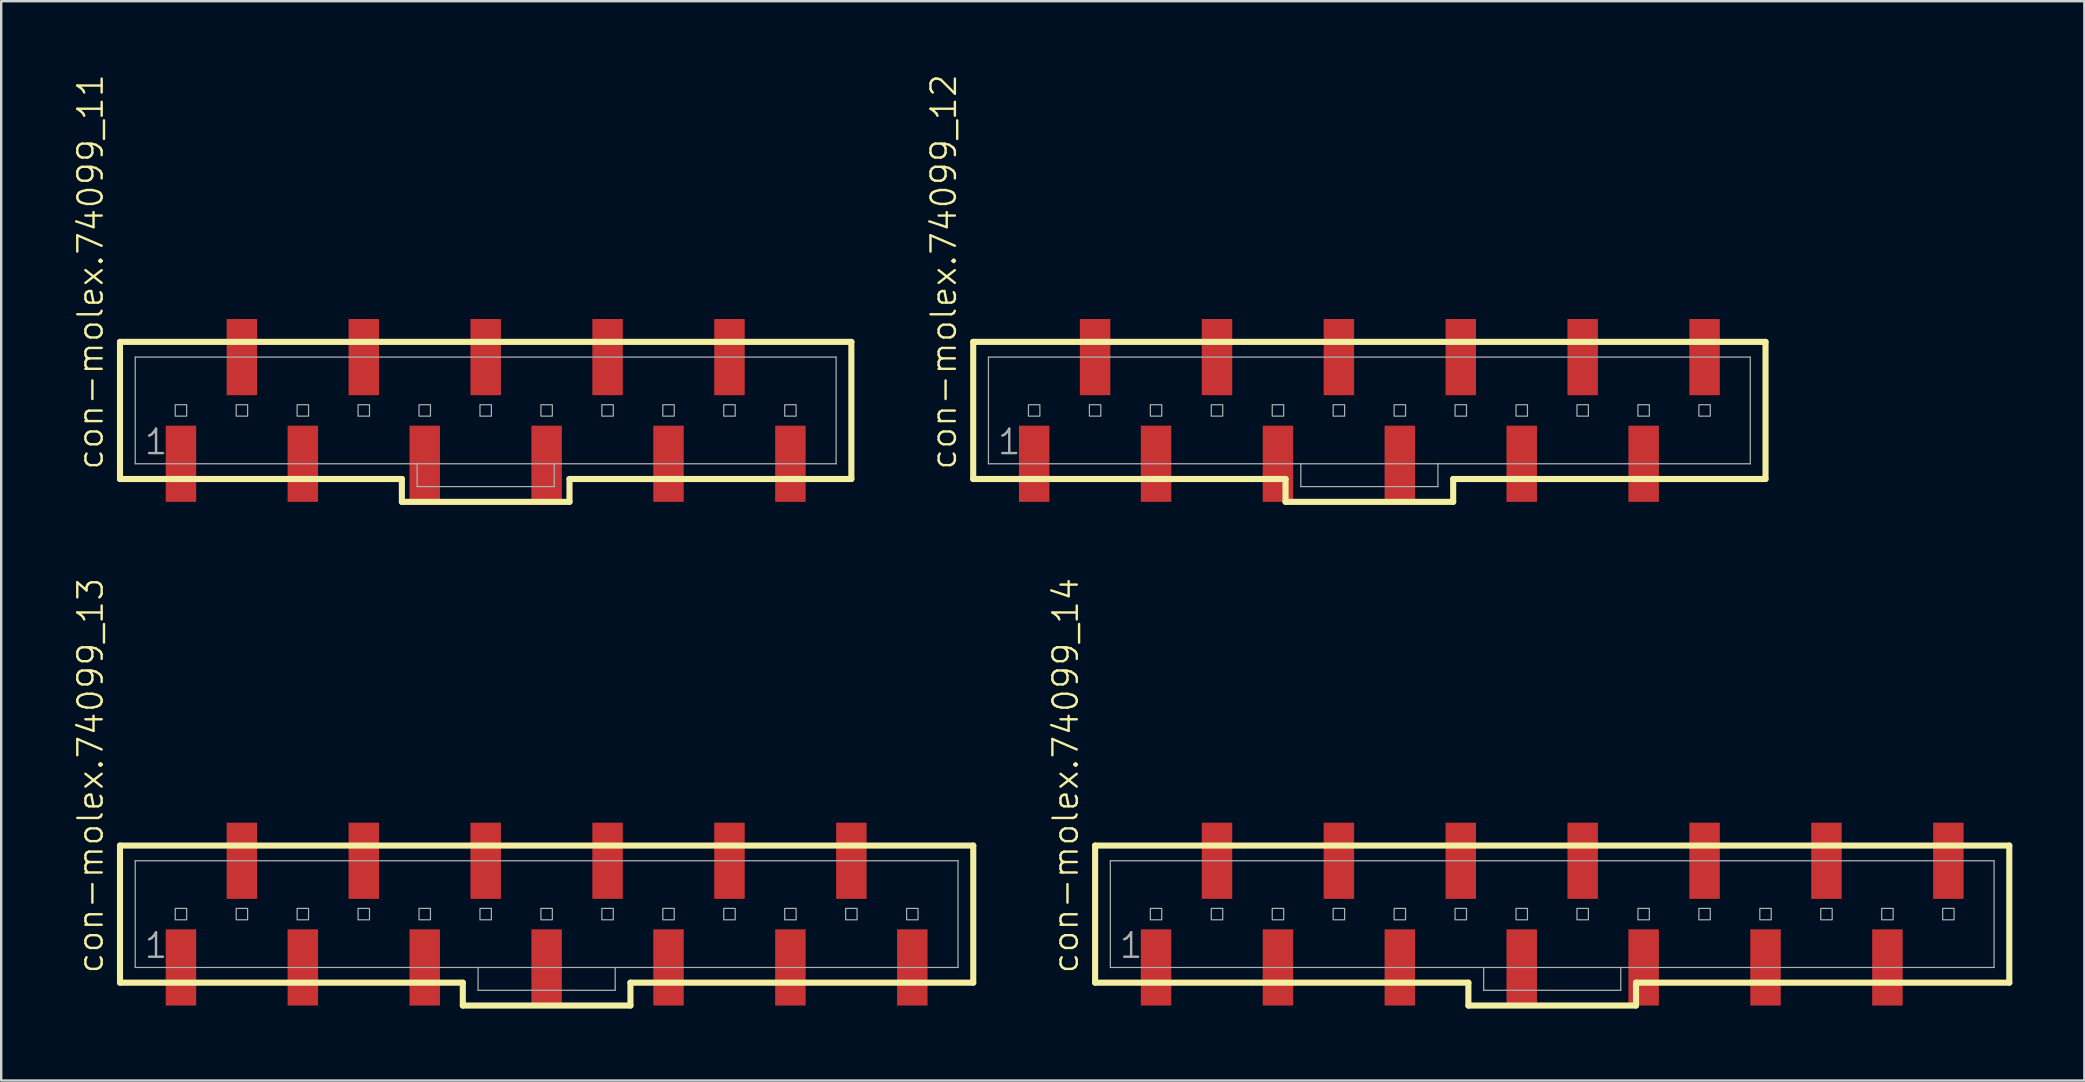
<source format=kicad_pcb>
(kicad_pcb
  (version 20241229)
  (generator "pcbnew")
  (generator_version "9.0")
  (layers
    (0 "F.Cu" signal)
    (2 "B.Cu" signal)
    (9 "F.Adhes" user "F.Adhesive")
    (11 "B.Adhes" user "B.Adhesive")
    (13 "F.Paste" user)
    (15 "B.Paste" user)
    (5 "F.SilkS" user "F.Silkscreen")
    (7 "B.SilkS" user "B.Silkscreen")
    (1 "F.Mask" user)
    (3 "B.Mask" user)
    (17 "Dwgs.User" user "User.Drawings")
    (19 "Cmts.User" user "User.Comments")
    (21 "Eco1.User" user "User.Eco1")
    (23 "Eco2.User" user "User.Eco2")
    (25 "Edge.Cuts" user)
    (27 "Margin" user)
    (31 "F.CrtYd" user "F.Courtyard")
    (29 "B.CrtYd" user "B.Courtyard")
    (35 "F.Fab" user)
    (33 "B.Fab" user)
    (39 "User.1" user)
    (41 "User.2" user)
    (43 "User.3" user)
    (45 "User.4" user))
  (footprint "con-molex.74099_12"
    (layer "F.Cu")
    (at 54.019 14.055)
    (property "Reference" "con-molex.74099_12" (at -17.145 2.54 90) (layer "F.SilkS") (effects (font (size 1.016 1.016) (thickness 0.1)) (justify left bottom)))
    (attr smd)
    (fp_line (start -16.51 -2.857) (end -16.51 2.857) (stroke (width 0.254) (type default)) (layer "F.SilkS"))
    (fp_line (start -16.51 2.857) (end -3.493 2.857) (stroke (width 0.254) (type default)) (layer "F.SilkS"))
    (fp_line (start -3.493 2.857) (end -3.493 3.81) (stroke (width 0.254) (type default)) (layer "F.SilkS"))
    (fp_line (start -3.493 3.81) (end 3.493 3.81) (stroke (width 0.254) (type default)) (layer "F.SilkS"))
    (fp_line (start 3.493 2.857) (end 16.51 2.857) (stroke (width 0.254) (type default)) (layer "F.SilkS"))
    (fp_line (start 3.493 3.81) (end 3.493 2.857) (stroke (width 0.254) (type default)) (layer "F.SilkS"))
    (fp_line (start 16.51 -2.857) (end -16.51 -2.857) (stroke (width 0.254) (type default)) (layer "F.SilkS"))
    (fp_line (start 16.51 2.857) (end 16.51 -2.857) (stroke (width 0.254) (type default)) (layer "F.SilkS"))
    (fp_line (start -15.875 -2.223) (end -15.875 2.223) (stroke (width 0.051) (type default)) (layer "F.Fab"))
    (fp_line (start -15.875 -2.223) (end 15.875 -2.223) (stroke (width 0.051) (type default)) (layer "F.Fab"))
    (fp_line (start -15.875 2.223) (end -2.857 2.223) (stroke (width 0.051) (type default)) (layer "F.Fab"))
    (fp_line (start -2.857 2.223) (end -2.857 3.175) (stroke (width 0.051) (type default)) (layer "F.Fab"))
    (fp_line (start -2.857 2.223) (end 2.857 2.223) (stroke (width 0.051) (type default)) (layer "F.Fab"))
    (fp_line (start 2.857 2.223) (end 2.857 3.175) (stroke (width 0.051) (type default)) (layer "F.Fab"))
    (fp_line (start 2.857 2.223) (end 15.875 2.223) (stroke (width 0.051) (type default)) (layer "F.Fab"))
    (fp_line (start 2.857 3.175) (end -2.857 3.175) (stroke (width 0.051) (type default)) (layer "F.Fab"))
    (fp_line (start 15.875 -2.223) (end 15.875 2.223) (stroke (width 0.051) (type default)) (layer "F.Fab"))
    (fp_rect (start -14.208 0.238) (end -13.732 -0.238) (stroke (width 0.05) (type default)) (fill no) (layer "F.Fab"))
    (fp_rect (start -11.668 0.238) (end -11.192 -0.238) (stroke (width 0.05) (type default)) (fill no) (layer "F.Fab"))
    (fp_rect (start -9.128 0.238) (end -8.652 -0.238) (stroke (width 0.05) (type default)) (fill no) (layer "F.Fab"))
    (fp_rect (start -6.588 0.238) (end -6.112 -0.238) (stroke (width 0.05) (type default)) (fill no) (layer "F.Fab"))
    (fp_rect (start -4.048 0.238) (end -3.572 -0.238) (stroke (width 0.05) (type default)) (fill no) (layer "F.Fab"))
    (fp_rect (start -1.508 0.238) (end -1.032 -0.238) (stroke (width 0.05) (type default)) (fill no) (layer "F.Fab"))
    (fp_rect (start 1.032 0.238) (end 1.508 -0.238) (stroke (width 0.05) (type default)) (fill no) (layer "F.Fab"))
    (fp_rect (start 3.572 0.238) (end 4.048 -0.238) (stroke (width 0.05) (type default)) (fill no) (layer "F.Fab"))
    (fp_rect (start 6.112 0.238) (end 6.588 -0.238) (stroke (width 0.05) (type default)) (fill no) (layer "F.Fab"))
    (fp_rect (start 8.652 0.238) (end 9.128 -0.238) (stroke (width 0.05) (type default)) (fill no) (layer "F.Fab"))
    (fp_rect (start 11.192 0.238) (end 11.668 -0.238) (stroke (width 0.05) (type default)) (fill no) (layer "F.Fab"))
    (fp_rect (start 13.732 0.238) (end 14.208 -0.238) (stroke (width 0.05) (type default)) (fill no) (layer "F.Fab"))
    (fp_text user "1" (at -15.557 1.905 0) (layer "F.Fab") (effects (font (size 1.016 1.016) (thickness 0.1)) (justify left bottom)))
    (pad "1" smd roundrect (at -13.97 2.223 270) (size 3.175 1.27) (layers "F.Cu" "F.Mask" "F.Paste") (roundrect_rratio 0.01))
    (pad "2" smd roundrect (at -11.43 -2.223 270) (size 3.175 1.27) (layers "F.Cu" "F.Mask" "F.Paste") (roundrect_rratio 0.01))
    (pad "3" smd roundrect (at -8.89 2.223 270) (size 3.175 1.27) (layers "F.Cu" "F.Mask" "F.Paste") (roundrect_rratio 0.01))
    (pad "4" smd roundrect (at -6.35 -2.223 270) (size 3.175 1.27) (layers "F.Cu" "F.Mask" "F.Paste") (roundrect_rratio 0.01))
    (pad "5" smd roundrect (at -3.81 2.223 270) (size 3.175 1.27) (layers "F.Cu" "F.Mask" "F.Paste") (roundrect_rratio 0.01))
    (pad "6" smd roundrect (at -1.27 -2.223 270) (size 3.175 1.27) (layers "F.Cu" "F.Mask" "F.Paste") (roundrect_rratio 0.01))
    (pad "7" smd roundrect (at 1.27 2.223 270) (size 3.175 1.27) (layers "F.Cu" "F.Mask" "F.Paste") (roundrect_rratio 0.01))
    (pad "8" smd roundrect (at 3.81 -2.223 270) (size 3.175 1.27) (layers "F.Cu" "F.Mask" "F.Paste") (roundrect_rratio 0.01))
    (pad "9" smd roundrect (at 6.35 2.223 270) (size 3.175 1.27) (layers "F.Cu" "F.Mask" "F.Paste") (roundrect_rratio 0.01))
    (pad "10" smd roundrect (at 8.89 -2.223 270) (size 3.175 1.27) (layers "F.Cu" "F.Mask" "F.Paste") (roundrect_rratio 0.01))
    (pad "11" smd roundrect (at 11.43 2.223 270) (size 3.175 1.27) (layers "F.Cu" "F.Mask" "F.Paste") (roundrect_rratio 0.01))
    (pad "12" smd roundrect (at 13.97 -2.223 270) (size 3.175 1.27) (layers "F.Cu" "F.Mask" "F.Paste") (roundrect_rratio 0.01)))
  (footprint "con-molex.74099_13"
    (layer "F.Cu")
    (at 19.731 35.046)
    (property "Reference" "con-molex.74099_13" (at -18.415 2.54 90) (layer "F.SilkS") (effects (font (size 1.016 1.016) (thickness 0.1)) (justify left bottom)))
    (attr smd)
    (fp_line (start -17.78 -2.857) (end -17.78 2.857) (stroke (width 0.254) (type default)) (layer "F.SilkS"))
    (fp_line (start -17.78 2.857) (end -3.493 2.857) (stroke (width 0.254) (type default)) (layer "F.SilkS"))
    (fp_line (start -3.493 2.857) (end -3.493 3.81) (stroke (width 0.254) (type default)) (layer "F.SilkS"))
    (fp_line (start -3.493 3.81) (end 3.493 3.81) (stroke (width 0.254) (type default)) (layer "F.SilkS"))
    (fp_line (start 3.493 2.857) (end 17.78 2.857) (stroke (width 0.254) (type default)) (layer "F.SilkS"))
    (fp_line (start 3.493 3.81) (end 3.493 2.857) (stroke (width 0.254) (type default)) (layer "F.SilkS"))
    (fp_line (start 17.78 -2.857) (end -17.78 -2.857) (stroke (width 0.254) (type default)) (layer "F.SilkS"))
    (fp_line (start 17.78 2.857) (end 17.78 -2.857) (stroke (width 0.254) (type default)) (layer "F.SilkS"))
    (fp_line (start -17.145 -2.223) (end -17.145 2.223) (stroke (width 0.051) (type default)) (layer "F.Fab"))
    (fp_line (start -17.145 -2.223) (end 17.145 -2.223) (stroke (width 0.051) (type default)) (layer "F.Fab"))
    (fp_line (start -17.145 2.223) (end -2.857 2.223) (stroke (width 0.051) (type default)) (layer "F.Fab"))
    (fp_line (start -2.857 2.223) (end -2.857 3.175) (stroke (width 0.051) (type default)) (layer "F.Fab"))
    (fp_line (start -2.857 2.223) (end 2.857 2.223) (stroke (width 0.051) (type default)) (layer "F.Fab"))
    (fp_line (start 2.857 2.223) (end 2.857 3.175) (stroke (width 0.051) (type default)) (layer "F.Fab"))
    (fp_line (start 2.857 2.223) (end 17.145 2.223) (stroke (width 0.051) (type default)) (layer "F.Fab"))
    (fp_line (start 2.857 3.175) (end -2.857 3.175) (stroke (width 0.051) (type default)) (layer "F.Fab"))
    (fp_line (start 17.145 -2.223) (end 17.145 2.223) (stroke (width 0.051) (type default)) (layer "F.Fab"))
    (fp_rect (start -15.478 0.238) (end -15.002 -0.238) (stroke (width 0.05) (type default)) (fill no) (layer "F.Fab"))
    (fp_rect (start -12.938 0.238) (end -12.462 -0.238) (stroke (width 0.05) (type default)) (fill no) (layer "F.Fab"))
    (fp_rect (start -10.398 0.238) (end -9.922 -0.238) (stroke (width 0.05) (type default)) (fill no) (layer "F.Fab"))
    (fp_rect (start -7.858 0.238) (end -7.382 -0.238) (stroke (width 0.05) (type default)) (fill no) (layer "F.Fab"))
    (fp_rect (start -5.318 0.238) (end -4.842 -0.238) (stroke (width 0.05) (type default)) (fill no) (layer "F.Fab"))
    (fp_rect (start -2.778 0.238) (end -2.302 -0.238) (stroke (width 0.05) (type default)) (fill no) (layer "F.Fab"))
    (fp_rect (start -0.238 0.238) (end 0.238 -0.238) (stroke (width 0.05) (type default)) (fill no) (layer "F.Fab"))
    (fp_rect (start 2.302 0.238) (end 2.778 -0.238) (stroke (width 0.05) (type default)) (fill no) (layer "F.Fab"))
    (fp_rect (start 4.842 0.238) (end 5.318 -0.238) (stroke (width 0.05) (type default)) (fill no) (layer "F.Fab"))
    (fp_rect (start 7.382 0.238) (end 7.858 -0.238) (stroke (width 0.05) (type default)) (fill no) (layer "F.Fab"))
    (fp_rect (start 9.922 0.238) (end 10.398 -0.238) (stroke (width 0.05) (type default)) (fill no) (layer "F.Fab"))
    (fp_rect (start 12.462 0.238) (end 12.938 -0.238) (stroke (width 0.05) (type default)) (fill no) (layer "F.Fab"))
    (fp_rect (start 15.002 0.238) (end 15.478 -0.238) (stroke (width 0.05) (type default)) (fill no) (layer "F.Fab"))
    (fp_text user "1" (at -16.828 1.905 0) (layer "F.Fab") (effects (font (size 1.016 1.016) (thickness 0.1)) (justify left bottom)))
    (pad "1" smd roundrect (at -15.24 2.223 270) (size 3.175 1.27) (layers "F.Cu" "F.Mask" "F.Paste") (roundrect_rratio 0.01))
    (pad "2" smd roundrect (at -12.7 -2.223 270) (size 3.175 1.27) (layers "F.Cu" "F.Mask" "F.Paste") (roundrect_rratio 0.01))
    (pad "3" smd roundrect (at -10.16 2.223 270) (size 3.175 1.27) (layers "F.Cu" "F.Mask" "F.Paste") (roundrect_rratio 0.01))
    (pad "4" smd roundrect (at -7.62 -2.223 270) (size 3.175 1.27) (layers "F.Cu" "F.Mask" "F.Paste") (roundrect_rratio 0.01))
    (pad "5" smd roundrect (at -5.08 2.223 270) (size 3.175 1.27) (layers "F.Cu" "F.Mask" "F.Paste") (roundrect_rratio 0.01))
    (pad "6" smd roundrect (at -2.54 -2.223 270) (size 3.175 1.27) (layers "F.Cu" "F.Mask" "F.Paste") (roundrect_rratio 0.01))
    (pad "7" smd roundrect (at 0 2.223 270) (size 3.175 1.27) (layers "F.Cu" "F.Mask" "F.Paste") (roundrect_rratio 0.01))
    (pad "8" smd roundrect (at 2.54 -2.223 270) (size 3.175 1.27) (layers "F.Cu" "F.Mask" "F.Paste") (roundrect_rratio 0.01))
    (pad "9" smd roundrect (at 5.08 2.223 270) (size 3.175 1.27) (layers "F.Cu" "F.Mask" "F.Paste") (roundrect_rratio 0.01))
    (pad "10" smd roundrect (at 7.62 -2.223 270) (size 3.175 1.27) (layers "F.Cu" "F.Mask" "F.Paste") (roundrect_rratio 0.01))
    (pad "11" smd roundrect (at 10.16 2.223 270) (size 3.175 1.27) (layers "F.Cu" "F.Mask" "F.Paste") (roundrect_rratio 0.01))
    (pad "12" smd roundrect (at 12.7 -2.223 270) (size 3.175 1.27) (layers "F.Cu" "F.Mask" "F.Paste") (roundrect_rratio 0.01))
    (pad "13" smd roundrect (at 15.24 2.223 270) (size 3.175 1.27) (layers "F.Cu" "F.Mask" "F.Paste") (roundrect_rratio 0.01)))
  (footprint "con-molex.74099_14"
    (layer "F.Cu")
    (at 61.639 35.046)
    (property "Reference" "con-molex.74099_14" (at -19.685 2.54 90) (layer "F.SilkS") (effects (font (size 1.016 1.016) (thickness 0.1)) (justify left bottom)))
    (attr smd)
    (fp_line (start -19.05 -2.857) (end -19.05 2.857) (stroke (width 0.254) (type default)) (layer "F.SilkS"))
    (fp_line (start -19.05 2.857) (end -3.493 2.857) (stroke (width 0.254) (type default)) (layer "F.SilkS"))
    (fp_line (start -3.493 2.857) (end -3.493 3.81) (stroke (width 0.254) (type default)) (layer "F.SilkS"))
    (fp_line (start -3.493 3.81) (end 3.493 3.81) (stroke (width 0.254) (type default)) (layer "F.SilkS"))
    (fp_line (start 3.493 2.857) (end 19.05 2.857) (stroke (width 0.254) (type default)) (layer "F.SilkS"))
    (fp_line (start 3.493 3.81) (end 3.493 2.857) (stroke (width 0.254) (type default)) (layer "F.SilkS"))
    (fp_line (start 19.05 -2.857) (end -19.05 -2.857) (stroke (width 0.254) (type default)) (layer "F.SilkS"))
    (fp_line (start 19.05 2.857) (end 19.05 -2.857) (stroke (width 0.254) (type default)) (layer "F.SilkS"))
    (fp_line (start -18.415 -2.223) (end -18.415 2.223) (stroke (width 0.051) (type default)) (layer "F.Fab"))
    (fp_line (start -18.415 -2.223) (end 18.415 -2.223) (stroke (width 0.051) (type default)) (layer "F.Fab"))
    (fp_line (start -18.415 2.223) (end -2.857 2.223) (stroke (width 0.051) (type default)) (layer "F.Fab"))
    (fp_line (start -2.857 2.223) (end -2.857 3.175) (stroke (width 0.051) (type default)) (layer "F.Fab"))
    (fp_line (start -2.857 2.223) (end 2.857 2.223) (stroke (width 0.051) (type default)) (layer "F.Fab"))
    (fp_line (start 2.857 2.223) (end 2.857 3.175) (stroke (width 0.051) (type default)) (layer "F.Fab"))
    (fp_line (start 2.857 2.223) (end 18.415 2.223) (stroke (width 0.051) (type default)) (layer "F.Fab"))
    (fp_line (start 2.857 3.175) (end -2.857 3.175) (stroke (width 0.051) (type default)) (layer "F.Fab"))
    (fp_line (start 18.415 -2.223) (end 18.415 2.223) (stroke (width 0.051) (type default)) (layer "F.Fab"))
    (fp_rect (start -16.748 0.238) (end -16.272 -0.238) (stroke (width 0.05) (type default)) (fill no) (layer "F.Fab"))
    (fp_rect (start -14.208 0.238) (end -13.732 -0.238) (stroke (width 0.05) (type default)) (fill no) (layer "F.Fab"))
    (fp_rect (start -11.668 0.238) (end -11.192 -0.238) (stroke (width 0.05) (type default)) (fill no) (layer "F.Fab"))
    (fp_rect (start -9.128 0.238) (end -8.652 -0.238) (stroke (width 0.05) (type default)) (fill no) (layer "F.Fab"))
    (fp_rect (start -6.588 0.238) (end -6.112 -0.238) (stroke (width 0.05) (type default)) (fill no) (layer "F.Fab"))
    (fp_rect (start -4.048 0.238) (end -3.572 -0.238) (stroke (width 0.05) (type default)) (fill no) (layer "F.Fab"))
    (fp_rect (start -1.508 0.238) (end -1.032 -0.238) (stroke (width 0.05) (type default)) (fill no) (layer "F.Fab"))
    (fp_rect (start 1.032 0.238) (end 1.508 -0.238) (stroke (width 0.05) (type default)) (fill no) (layer "F.Fab"))
    (fp_rect (start 3.572 0.238) (end 4.048 -0.238) (stroke (width 0.05) (type default)) (fill no) (layer "F.Fab"))
    (fp_rect (start 6.112 0.238) (end 6.588 -0.238) (stroke (width 0.05) (type default)) (fill no) (layer "F.Fab"))
    (fp_rect (start 8.652 0.238) (end 9.128 -0.238) (stroke (width 0.05) (type default)) (fill no) (layer "F.Fab"))
    (fp_rect (start 11.192 0.238) (end 11.668 -0.238) (stroke (width 0.05) (type default)) (fill no) (layer "F.Fab"))
    (fp_rect (start 13.732 0.238) (end 14.208 -0.238) (stroke (width 0.05) (type default)) (fill no) (layer "F.Fab"))
    (fp_rect (start 16.272 0.238) (end 16.748 -0.238) (stroke (width 0.05) (type default)) (fill no) (layer "F.Fab"))
    (fp_text user "1" (at -18.098 1.905 0) (layer "F.Fab") (effects (font (size 1.016 1.016) (thickness 0.1)) (justify left bottom)))
    (pad "1" smd roundrect (at -16.51 2.223 270) (size 3.175 1.27) (layers "F.Cu" "F.Mask" "F.Paste") (roundrect_rratio 0.01))
    (pad "2" smd roundrect (at -13.97 -2.223 270) (size 3.175 1.27) (layers "F.Cu" "F.Mask" "F.Paste") (roundrect_rratio 0.01))
    (pad "3" smd roundrect (at -11.43 2.223 270) (size 3.175 1.27) (layers "F.Cu" "F.Mask" "F.Paste") (roundrect_rratio 0.01))
    (pad "4" smd roundrect (at -8.89 -2.223 270) (size 3.175 1.27) (layers "F.Cu" "F.Mask" "F.Paste") (roundrect_rratio 0.01))
    (pad "5" smd roundrect (at -6.35 2.223 270) (size 3.175 1.27) (layers "F.Cu" "F.Mask" "F.Paste") (roundrect_rratio 0.01))
    (pad "6" smd roundrect (at -3.81 -2.223 270) (size 3.175 1.27) (layers "F.Cu" "F.Mask" "F.Paste") (roundrect_rratio 0.01))
    (pad "7" smd roundrect (at -1.27 2.223 270) (size 3.175 1.27) (layers "F.Cu" "F.Mask" "F.Paste") (roundrect_rratio 0.01))
    (pad "8" smd roundrect (at 1.27 -2.223 270) (size 3.175 1.27) (layers "F.Cu" "F.Mask" "F.Paste") (roundrect_rratio 0.01))
    (pad "9" smd roundrect (at 3.81 2.223 270) (size 3.175 1.27) (layers "F.Cu" "F.Mask" "F.Paste") (roundrect_rratio 0.01))
    (pad "10" smd roundrect (at 6.35 -2.223 270) (size 3.175 1.27) (layers "F.Cu" "F.Mask" "F.Paste") (roundrect_rratio 0.01))
    (pad "11" smd roundrect (at 8.89 2.223 270) (size 3.175 1.27) (layers "F.Cu" "F.Mask" "F.Paste") (roundrect_rratio 0.01))
    (pad "12" smd roundrect (at 11.43 -2.223 270) (size 3.175 1.27) (layers "F.Cu" "F.Mask" "F.Paste") (roundrect_rratio 0.01))
    (pad "13" smd roundrect (at 13.97 2.223 270) (size 3.175 1.27) (layers "F.Cu" "F.Mask" "F.Paste") (roundrect_rratio 0.01))
    (pad "14" smd roundrect (at 16.51 -2.223 270) (size 3.175 1.27) (layers "F.Cu" "F.Mask" "F.Paste") (roundrect_rratio 0.01)))
  (footprint "con-molex.74099_11"
    (layer "F.Cu")
    (at 17.191 14.055)
    (property "Reference" "con-molex.74099_11" (at -15.875 2.54 90) (layer "F.SilkS") (effects (font (size 1.016 1.016) (thickness 0.1)) (justify left bottom)))
    (attr smd)
    (fp_line (start -15.24 -2.857) (end -15.24 2.857) (stroke (width 0.254) (type default)) (layer "F.SilkS"))
    (fp_line (start -15.24 2.857) (end -3.493 2.857) (stroke (width 0.254) (type default)) (layer "F.SilkS"))
    (fp_line (start -3.493 2.857) (end -3.493 3.81) (stroke (width 0.254) (type default)) (layer "F.SilkS"))
    (fp_line (start -3.493 3.81) (end 3.493 3.81) (stroke (width 0.254) (type default)) (layer "F.SilkS"))
    (fp_line (start 3.493 2.857) (end 15.24 2.857) (stroke (width 0.254) (type default)) (layer "F.SilkS"))
    (fp_line (start 3.493 3.81) (end 3.493 2.857) (stroke (width 0.254) (type default)) (layer "F.SilkS"))
    (fp_line (start 15.24 -2.857) (end -15.24 -2.857) (stroke (width 0.254) (type default)) (layer "F.SilkS"))
    (fp_line (start 15.24 2.857) (end 15.24 -2.857) (stroke (width 0.254) (type default)) (layer "F.SilkS"))
    (fp_line (start -14.605 -2.223) (end -14.605 2.223) (stroke (width 0.051) (type default)) (layer "F.Fab"))
    (fp_line (start -14.605 -2.223) (end 14.605 -2.223) (stroke (width 0.051) (type default)) (layer "F.Fab"))
    (fp_line (start -14.605 2.223) (end -2.857 2.223) (stroke (width 0.051) (type default)) (layer "F.Fab"))
    (fp_line (start -2.857 2.223) (end -2.857 3.175) (stroke (width 0.051) (type default)) (layer "F.Fab"))
    (fp_line (start -2.857 2.223) (end 2.857 2.223) (stroke (width 0.051) (type default)) (layer "F.Fab"))
    (fp_line (start 2.857 2.223) (end 2.857 3.175) (stroke (width 0.051) (type default)) (layer "F.Fab"))
    (fp_line (start 2.857 2.223) (end 14.605 2.223) (stroke (width 0.051) (type default)) (layer "F.Fab"))
    (fp_line (start 2.857 3.175) (end -2.857 3.175) (stroke (width 0.051) (type default)) (layer "F.Fab"))
    (fp_line (start 14.605 -2.223) (end 14.605 2.223) (stroke (width 0.051) (type default)) (layer "F.Fab"))
    (fp_rect (start -12.938 0.238) (end -12.462 -0.238) (stroke (width 0.05) (type default)) (fill no) (layer "F.Fab"))
    (fp_rect (start -10.398 0.238) (end -9.922 -0.238) (stroke (width 0.05) (type default)) (fill no) (layer "F.Fab"))
    (fp_rect (start -7.858 0.238) (end -7.382 -0.238) (stroke (width 0.05) (type default)) (fill no) (layer "F.Fab"))
    (fp_rect (start -5.318 0.238) (end -4.842 -0.238) (stroke (width 0.05) (type default)) (fill no) (layer "F.Fab"))
    (fp_rect (start -2.778 0.238) (end -2.302 -0.238) (stroke (width 0.05) (type default)) (fill no) (layer "F.Fab"))
    (fp_rect (start -0.238 0.238) (end 0.238 -0.238) (stroke (width 0.05) (type default)) (fill no) (layer "F.Fab"))
    (fp_rect (start 2.302 0.238) (end 2.778 -0.238) (stroke (width 0.05) (type default)) (fill no) (layer "F.Fab"))
    (fp_rect (start 4.842 0.238) (end 5.318 -0.238) (stroke (width 0.05) (type default)) (fill no) (layer "F.Fab"))
    (fp_rect (start 7.382 0.238) (end 7.858 -0.238) (stroke (width 0.05) (type default)) (fill no) (layer "F.Fab"))
    (fp_rect (start 9.922 0.238) (end 10.398 -0.238) (stroke (width 0.05) (type default)) (fill no) (layer "F.Fab"))
    (fp_rect (start 12.462 0.238) (end 12.938 -0.238) (stroke (width 0.05) (type default)) (fill no) (layer "F.Fab"))
    (fp_text user "1" (at -14.287 1.905 0) (layer "F.Fab") (effects (font (size 1.016 1.016) (thickness 0.1)) (justify left bottom)))
    (pad "1" smd roundrect (at -12.7 2.223 270) (size 3.175 1.27) (layers "F.Cu" "F.Mask" "F.Paste") (roundrect_rratio 0.01))
    (pad "2" smd roundrect (at -10.16 -2.223 270) (size 3.175 1.27) (layers "F.Cu" "F.Mask" "F.Paste") (roundrect_rratio 0.01))
    (pad "3" smd roundrect (at -7.62 2.223 270) (size 3.175 1.27) (layers "F.Cu" "F.Mask" "F.Paste") (roundrect_rratio 0.01))
    (pad "4" smd roundrect (at -5.08 -2.223 270) (size 3.175 1.27) (layers "F.Cu" "F.Mask" "F.Paste") (roundrect_rratio 0.01))
    (pad "5" smd roundrect (at -2.54 2.223 270) (size 3.175 1.27) (layers "F.Cu" "F.Mask" "F.Paste") (roundrect_rratio 0.01))
    (pad "6" smd roundrect (at 0 -2.223 270) (size 3.175 1.27) (layers "F.Cu" "F.Mask" "F.Paste") (roundrect_rratio 0.01))
    (pad "7" smd roundrect (at 2.54 2.223 270) (size 3.175 1.27) (layers "F.Cu" "F.Mask" "F.Paste") (roundrect_rratio 0.01))
    (pad "8" smd roundrect (at 5.08 -2.223 270) (size 3.175 1.27) (layers "F.Cu" "F.Mask" "F.Paste") (roundrect_rratio 0.01))
    (pad "9" smd roundrect (at 7.62 2.223 270) (size 3.175 1.27) (layers "F.Cu" "F.Mask" "F.Paste") (roundrect_rratio 0.01))
    (pad "10" smd roundrect (at 10.16 -2.223 270) (size 3.175 1.27) (layers "F.Cu" "F.Mask" "F.Paste") (roundrect_rratio 0.01))
    (pad "11" smd roundrect (at 12.7 2.223 270) (size 3.175 1.27) (layers "F.Cu" "F.Mask" "F.Paste") (roundrect_rratio 0.01)))
  (gr_rect
    (start -3 -3)
    (end 83.816 41.983)
    (stroke (width 0.1) (type default))
    (fill no)
    (layer "Edge.Cuts")))
</source>
